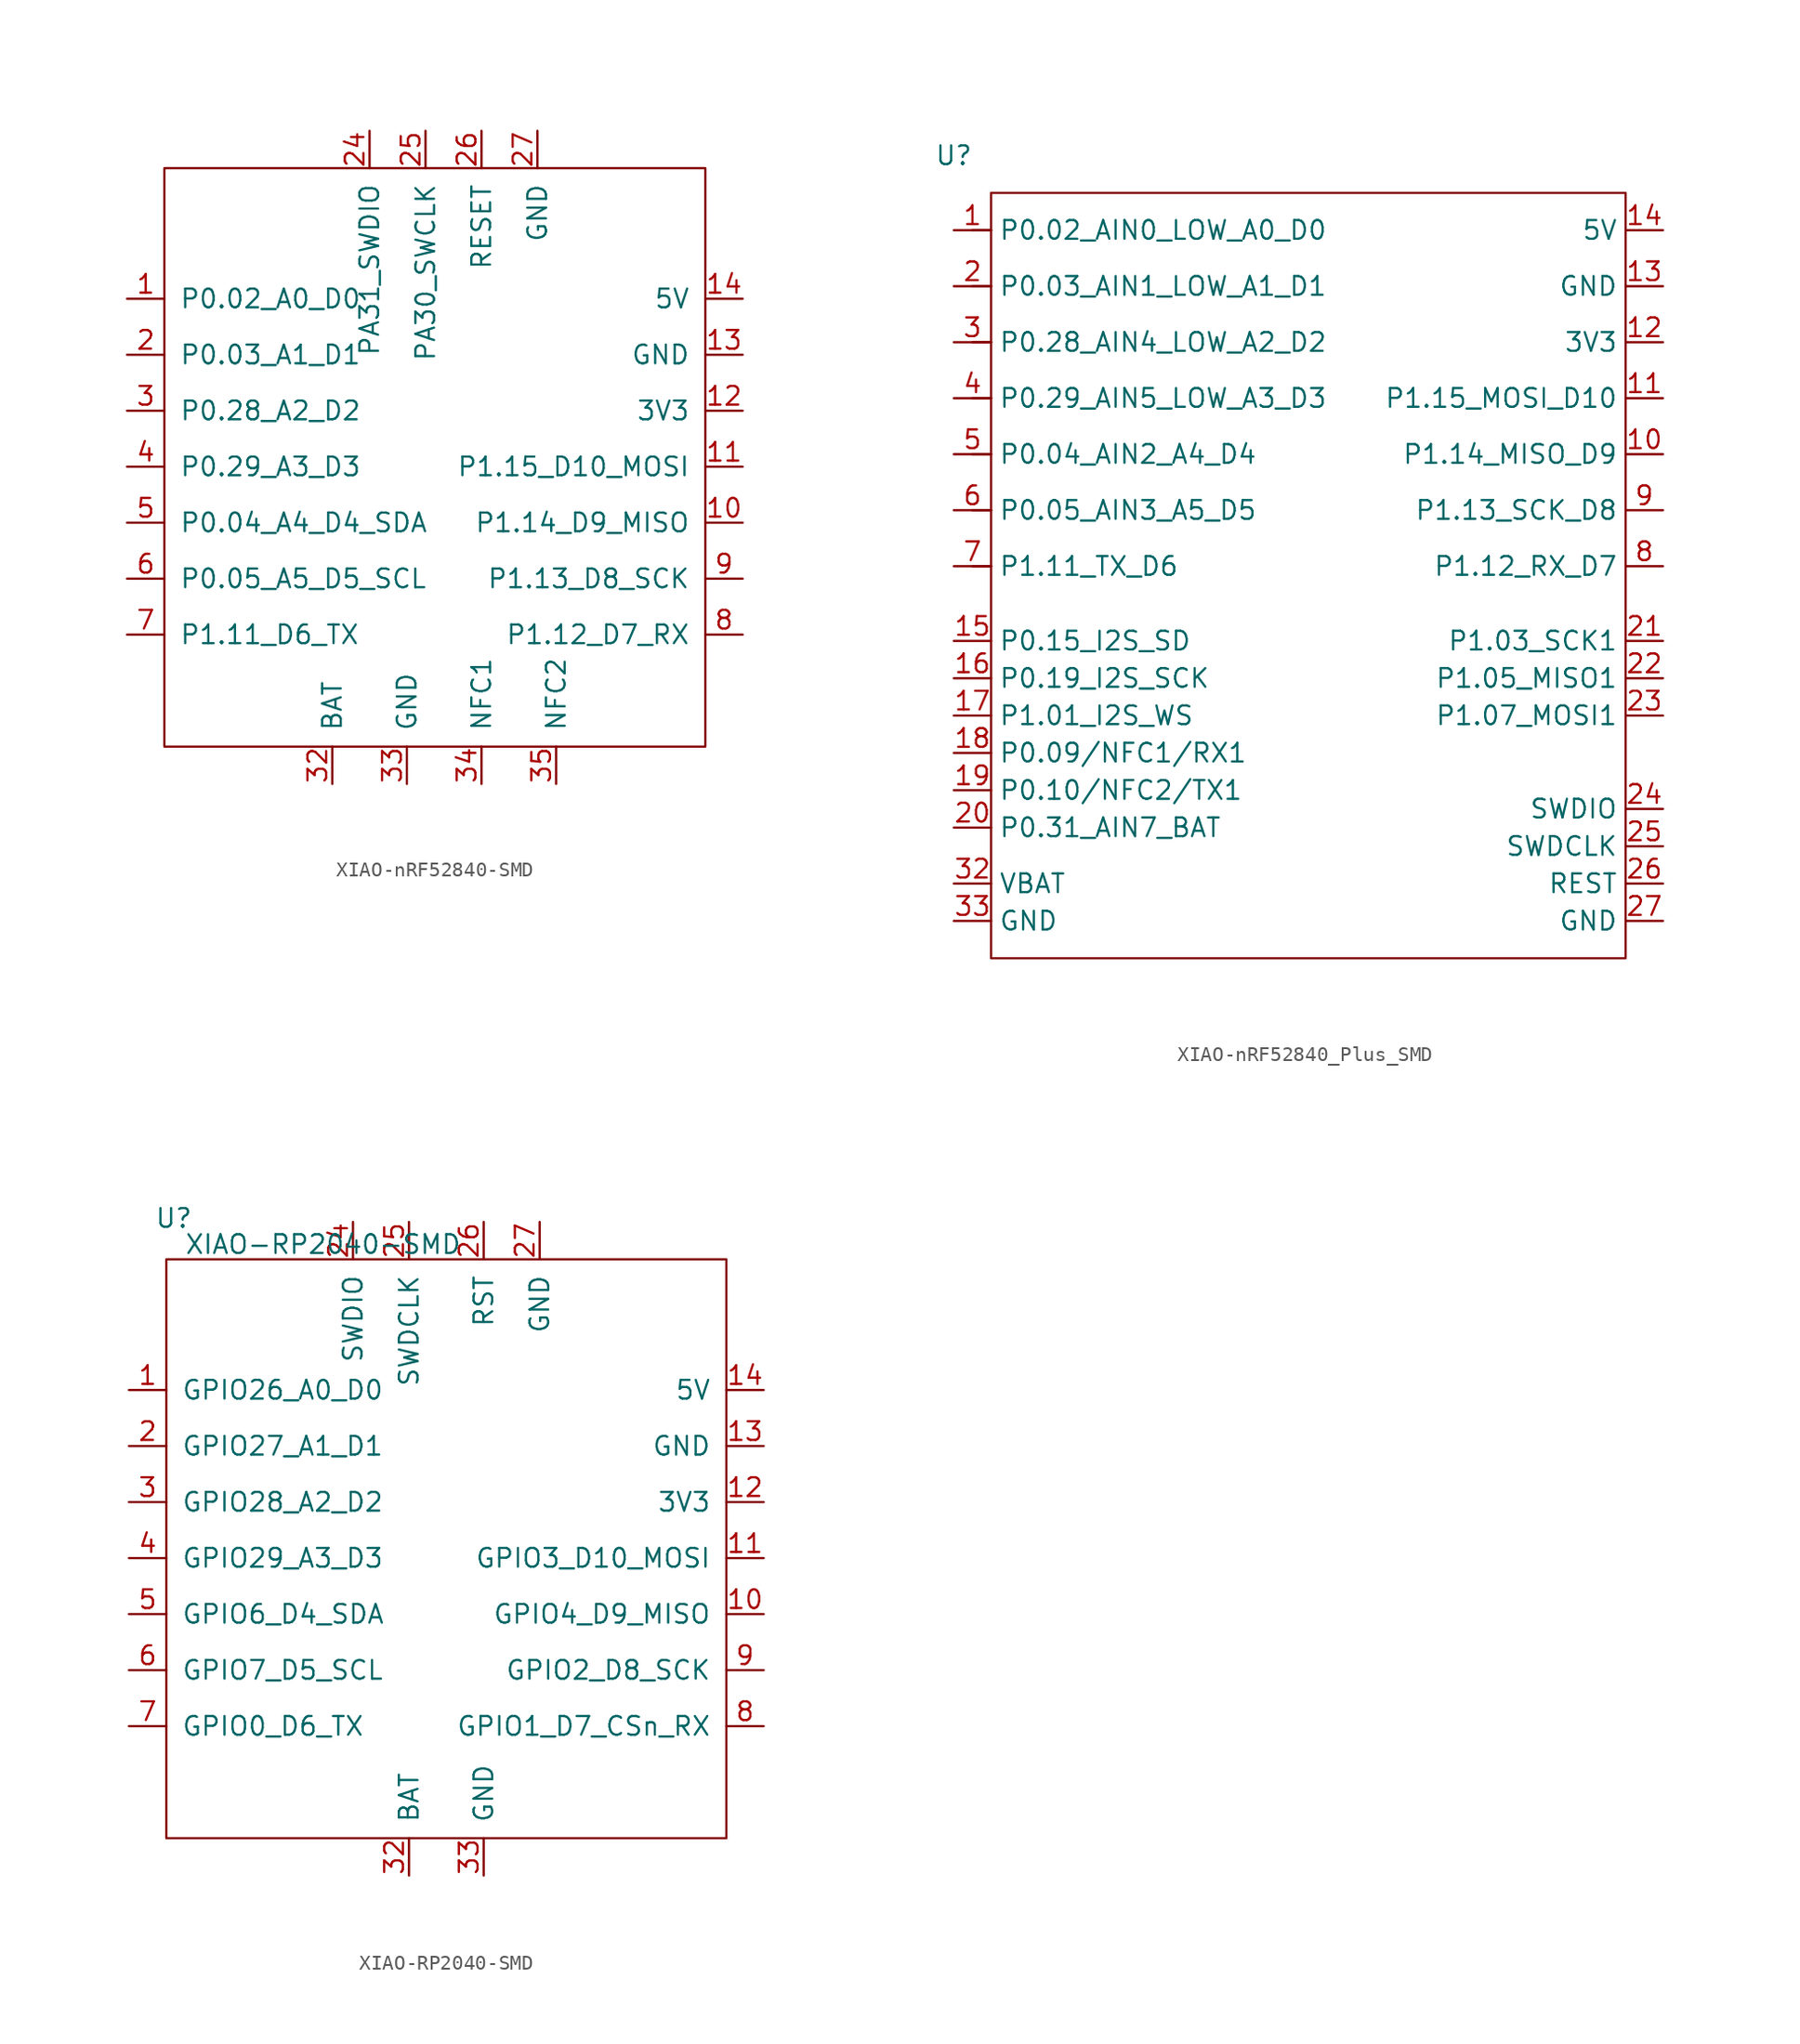
<source format=kicad_sym>
(kicad_symbol_lib
  (version 20241209)
  (generator "kicad_symbol_editor")
  (generator_version "9.0")
  (symbol "XIAO-nRF52840-SMD"
    (pin_names
      (offset 1.016))
    (property "Reference" "U"
      (at -19.812 21.844 0)
      (effects (font (size 1.27 1.27)) (hide yes)))
    (symbol "XIAO-nRF52840-SMD_0_1"
      (rectangle (start -19.05 19.05) (end 17.78 -20.32) (stroke (width 0) (type default)) (fill (type none))))
    (symbol "XIAO-nRF52840-SMD_1_1"
      (pin passive line (at -21.59 10.16 0) (length 2.54) (name "P0.02_A0_D0" (effects (font (size 1.27 1.27)))) (number "1" (effects (font (size 1.27 1.27)))))
      (pin passive line (at -21.59 6.35 0) (length 2.54) (name "P0.03_A1_D1" (effects (font (size 1.27 1.27)))) (number "2" (effects (font (size 1.27 1.27)))))
      (pin passive line (at -21.59 2.54 0) (length 2.54) (name "P0.28_A2_D2" (effects (font (size 1.27 1.27)))) (number "3" (effects (font (size 1.27 1.27)))))
      (pin passive line (at -21.59 -1.27 0) (length 2.54) (name "P0.29_A3_D3" (effects (font (size 1.27 1.27)))) (number "4" (effects (font (size 1.27 1.27)))))
      (pin bidirectional line (at -21.59 -5.08 0) (length 2.54) (name "P0.04_A4_D4_SDA" (effects (font (size 1.27 1.27)))) (number "5" (effects (font (size 1.27 1.27)))))
      (pin bidirectional line (at -21.59 -8.89 0) (length 2.54) (name "P0.05_A5_D5_SCL" (effects (font (size 1.27 1.27)))) (number "6" (effects (font (size 1.27 1.27)))))
      (pin output line (at -21.59 -12.7 0) (length 2.54) (name "P1.11_D6_TX" (effects (font (size 1.27 1.27)))) (number "7" (effects (font (size 1.27 1.27)))))
      (pin power_out line (at -7.62 -22.86 90) (length 2.54) (name "BAT" (effects (font (size 1.27 1.27)))) (number "32" (effects (font (size 1.27 1.27)))))
      (pin bidirectional line (at -5.08 21.59 270) (length 2.54) (name "PA31_SWDIO" (effects (font (size 1.27 1.27)))) (number "24" (effects (font (size 1.27 1.27)))))
      (pin power_in line (at -2.54 -22.86 90) (length 2.54) (name "GND" (effects (font (size 1.27 1.27)))) (number "33" (effects (font (size 1.27 1.27)))))
      (pin bidirectional line (at -1.27 21.59 270) (length 2.54) (name "PA30_SWCLK" (effects (font (size 1.27 1.27)))) (number "25" (effects (font (size 1.27 1.27)))))
      (pin power_in line (at 2.54 21.59 270) (length 2.54) (name "RESET" (effects (font (size 1.27 1.27)))) (number "26" (effects (font (size 1.27 1.27)))))
      (pin bidirectional line (at 2.54 -22.86 90) (length 2.54) (name "NFC1" (effects (font (size 1.27 1.27)))) (number "34" (effects (font (size 1.27 1.27)))))
      (pin power_in line (at 6.35 21.59 270) (length 2.54) (name "GND" (effects (font (size 1.27 1.27)))) (number "27" (effects (font (size 1.27 1.27)))))
      (pin bidirectional line (at 7.62 -22.86 90) (length 2.54) (name "NFC2" (effects (font (size 1.27 1.27)))) (number "35" (effects (font (size 1.27 1.27)))))
      (pin power_out line (at 20.32 10.16 180) (length 2.54) (name "5V" (effects (font (size 1.27 1.27)))) (number "14" (effects (font (size 1.27 1.27)))))
      (pin power_in line (at 20.32 6.35 180) (length 2.54) (name "GND" (effects (font (size 1.27 1.27)))) (number "13" (effects (font (size 1.27 1.27)))))
      (pin power_out line (at 20.32 2.54 180) (length 2.54) (name "3V3" (effects (font (size 1.27 1.27)))) (number "12" (effects (font (size 1.27 1.27)))))
      (pin passive line (at 20.32 -1.27 180) (length 2.54) (name "P1.15_D10_MOSI" (effects (font (size 1.27 1.27)))) (number "11" (effects (font (size 1.27 1.27)))))
      (pin passive line (at 20.32 -5.08 180) (length 2.54) (name "P1.14_D9_MISO" (effects (font (size 1.27 1.27)))) (number "10" (effects (font (size 1.27 1.27)))))
      (pin output line (at 20.32 -8.89 180) (length 2.54) (name "P1.13_D8_SCK" (effects (font (size 1.27 1.27)))) (number "9" (effects (font (size 1.27 1.27)))))
      (pin input line (at 20.32 -12.7 180) (length 2.54) (name "P1.12_D7_RX" (effects (font (size 1.27 1.27)))) (number "8" (effects (font (size 1.27 1.27)))))))
  (symbol "XIAO-nRF52840_Plus_SMD"
    (property "Reference" "U"
      (at -2.54 2.54 0)
      (effects (font (size 1.27 1.27))))
    (property "Value" ""
      (at 0 0 0)
      (effects (font (size 1.27 1.27))))
    (symbol "XIAO-nRF52840_Plus_SMD_0_1"
      (rectangle (start 0 0) (end 43.18 -52.07) (stroke (width 0) (type default)) (fill (type none))))
    (symbol "XIAO-nRF52840_Plus_SMD_1_0"
      (polyline (pts (xy 0 -2.54) (xy -1.27 -2.54)) (stroke (width 0.152) (type solid)) (fill (type none)))
      (polyline (pts (xy 0 -6.35) (xy -1.27 -6.35)) (stroke (width 0.152) (type solid)) (fill (type none)))
      (polyline (pts (xy 0 -10.16) (xy -1.27 -10.16)) (stroke (width 0.152) (type solid)) (fill (type none)))
      (polyline (pts (xy 0 -13.97) (xy -1.27 -13.97)) (stroke (width 0.152) (type solid)) (fill (type none)))
      (polyline (pts (xy 0 -17.78) (xy -1.27 -17.78)) (stroke (width 0.152) (type solid)) (fill (type none)))
      (polyline (pts (xy 0 -21.59) (xy -1.27 -21.59)) (stroke (width 0.152) (type solid)) (fill (type none)))
      (polyline (pts (xy 0 -25.4) (xy -1.27 -25.4)) (stroke (width 0.152) (type solid)) (fill (type none)))
      (pin passive line (at -2.54 -2.54 0) (length 2.54) (name "P0.02_AIN0_LOW_A0_D0" (effects (font (size 1.27 1.27)))) (number "1" (effects (font (size 1.27 1.27)))))
      (pin passive line (at -2.54 -6.35 0) (length 2.54) (name "P0.03_AIN1_LOW_A1_D1" (effects (font (size 1.27 1.27)))) (number "2" (effects (font (size 1.27 1.27)))))
      (pin passive line (at -2.54 -10.16 0) (length 2.54) (name "P0.28_AIN4_LOW_A2_D2" (effects (font (size 1.27 1.27)))) (number "3" (effects (font (size 1.27 1.27)))))
      (pin passive line (at -2.54 -13.97 0) (length 2.54) (name "P0.29_AIN5_LOW_A3_D3" (effects (font (size 1.27 1.27)))) (number "4" (effects (font (size 1.27 1.27)))))
      (pin passive line (at -2.54 -17.78 0) (length 2.54) (name "P0.04_AIN2_A4_D4" (effects (font (size 1.27 1.27)))) (number "5" (effects (font (size 1.27 1.27)))))
      (pin passive line (at -2.54 -21.59 0) (length 2.54) (name "P0.05_AIN3_A5_D5" (effects (font (size 1.27 1.27)))) (number "6" (effects (font (size 1.27 1.27)))))
      (pin passive line (at -2.54 -25.4 0) (length 2.54) (name "P1.11_TX_D6" (effects (font (size 1.27 1.27)))) (number "7" (effects (font (size 1.27 1.27)))))
      (pin passive line (at 45.72 -2.54 180) (length 2.54) (name "5V" (effects (font (size 1.27 1.27)))) (number "14" (effects (font (size 1.27 1.27)))))
      (pin passive line (at 45.72 -6.35 180) (length 2.54) (name "GND" (effects (font (size 1.27 1.27)))) (number "13" (effects (font (size 1.27 1.27)))))
      (pin passive line (at 45.72 -10.16 180) (length 2.54) (name "3V3" (effects (font (size 1.27 1.27)))) (number "12" (effects (font (size 1.27 1.27)))))
      (pin passive line (at 45.72 -13.97 180) (length 2.54) (name "P1.15_MOSI_D10" (effects (font (size 1.27 1.27)))) (number "11" (effects (font (size 1.27 1.27)))))
      (pin passive line (at 45.72 -17.78 180) (length 2.54) (name "P1.14_MISO_D9" (effects (font (size 1.27 1.27)))) (number "10" (effects (font (size 1.27 1.27)))))
      (pin passive line (at 45.72 -21.59 180) (length 2.54) (name "P1.13_SCK_D8" (effects (font (size 1.27 1.27)))) (number "9" (effects (font (size 1.27 1.27)))))
      (pin passive line (at 45.72 -25.4 180) (length 2.54) (name "P1.12_RX_D7" (effects (font (size 1.27 1.27)))) (number "8" (effects (font (size 1.27 1.27))))))
    (symbol "XIAO-nRF52840_Plus_SMD_1_1"
      (pin passive line (at -2.54 -30.48 0) (length 2.54) (name "P0.15_I2S_SD" (effects (font (size 1.27 1.27)))) (number "15" (effects (font (size 1.27 1.27)))))
      (pin passive line (at -2.54 -33.02 0) (length 2.54) (name "P0.19_I2S_SCK" (effects (font (size 1.27 1.27)))) (number "16" (effects (font (size 1.27 1.27)))))
      (pin passive line (at -2.54 -35.56 0) (length 2.54) (name "P1.01_I2S_WS" (effects (font (size 1.27 1.27)))) (number "17" (effects (font (size 1.27 1.27)))))
      (pin passive line (at -2.54 -38.1 0) (length 2.54) (name "P0.09/NFC1/RX1" (effects (font (size 1.27 1.27)))) (number "18" (effects (font (size 1.27 1.27)))))
      (pin passive line (at -2.54 -40.64 0) (length 2.54) (name "P0.10/NFC2/TX1" (effects (font (size 1.27 1.27)))) (number "19" (effects (font (size 1.27 1.27)))))
      (pin passive line (at -2.54 -43.18 0) (length 2.54) (name "P0.31_AIN7_BAT" (effects (font (size 1.27 1.27)))) (number "20" (effects (font (size 1.27 1.27)))))
      (pin passive line (at -2.54 -46.99 0) (length 2.54) (name "VBAT" (effects (font (size 1.27 1.27)))) (number "32" (effects (font (size 1.27 1.27)))))
      (pin passive line (at -2.54 -49.53 0) (length 2.54) (name "GND" (effects (font (size 1.27 1.27)))) (number "33" (effects (font (size 1.27 1.27)))))
      (pin passive line (at 45.72 -30.48 180) (length 2.54) (name "P1.03_SCK1" (effects (font (size 1.27 1.27)))) (number "21" (effects (font (size 1.27 1.27)))))
      (pin passive line (at 45.72 -33.02 180) (length 2.54) (name "P1.05_MISO1" (effects (font (size 1.27 1.27)))) (number "22" (effects (font (size 1.27 1.27)))))
      (pin passive line (at 45.72 -35.56 180) (length 2.54) (name "P1.07_MOSI1" (effects (font (size 1.27 1.27)))) (number "23" (effects (font (size 1.27 1.27)))))
      (pin passive line (at 45.72 -41.91 180) (length 2.54) (name "SWDIO" (effects (font (size 1.27 1.27)))) (number "24" (effects (font (size 1.27 1.27)))))
      (pin passive line (at 45.72 -44.45 180) (length 2.54) (name "SWDCLK" (effects (font (size 1.27 1.27)))) (number "25" (effects (font (size 1.27 1.27)))))
      (pin passive line (at 45.72 -46.99 180) (length 2.54) (name "REST" (effects (font (size 1.27 1.27)))) (number "26" (effects (font (size 1.27 1.27)))))
      (pin passive line (at 45.72 -49.53 180) (length 2.54) (name "GND" (effects (font (size 1.27 1.27)))) (number "27" (effects (font (size 1.27 1.27)))))))
  (symbol "XIAO-RP2040-SMD"
    (pin_names
      (offset 1.016))
    (property "Reference" "U"
      (at -18.542 23.114 0)
      (effects (font (size 1.27 1.27))))
    (property "Value" "XIAO-RP2040-SMD"
      (at -8.382 21.336 0)
      (effects (font (size 1.27 1.27))))
    (symbol "XIAO-RP2040-SMD_0_1"
      (rectangle (start 19.05 -19.05) (end -19.05 20.32) (stroke (width 0) (type default)) (fill (type none))))
    (symbol "XIAO-RP2040-SMD_1_1"
      (pin passive line (at -21.59 11.43 0) (length 2.54) (name "GPIO26_A0_D0" (effects (font (size 1.27 1.27)))) (number "1" (effects (font (size 1.27 1.27)))))
      (pin passive line (at -21.59 7.62 0) (length 2.54) (name "GPIO27_A1_D1" (effects (font (size 1.27 1.27)))) (number "2" (effects (font (size 1.27 1.27)))))
      (pin passive line (at -21.59 3.81 0) (length 2.54) (name "GPIO28_A2_D2" (effects (font (size 1.27 1.27)))) (number "3" (effects (font (size 1.27 1.27)))))
      (pin passive line (at -21.59 0 0) (length 2.54) (name "GPIO29_A3_D3" (effects (font (size 1.27 1.27)))) (number "4" (effects (font (size 1.27 1.27)))))
      (pin passive line (at -21.59 -3.81 0) (length 2.54) (name "GPIO6_D4_SDA" (effects (font (size 1.27 1.27)))) (number "5" (effects (font (size 1.27 1.27)))))
      (pin passive line (at -21.59 -7.62 0) (length 2.54) (name "GPIO7_D5_SCL" (effects (font (size 1.27 1.27)))) (number "6" (effects (font (size 1.27 1.27)))))
      (pin passive line (at -21.59 -11.43 0) (length 2.54) (name "GPIO0_D6_TX" (effects (font (size 1.27 1.27)))) (number "7" (effects (font (size 1.27 1.27)))))
      (pin passive line (at -6.35 22.86 270) (length 2.54) (name "SWDIO" (effects (font (size 1.27 1.27)))) (number "24" (effects (font (size 1.27 1.27)))))
      (pin passive line (at -2.54 22.86 270) (length 2.54) (name "SWDCLK" (effects (font (size 1.27 1.27)))) (number "25" (effects (font (size 1.27 1.27)))))
      (pin passive line (at -2.54 -21.59 90) (length 2.54) (name "BAT" (effects (font (size 1.27 1.27)))) (number "32" (effects (font (size 1.27 1.27)))))
      (pin passive line (at 2.54 22.86 270) (length 2.54) (name "RST" (effects (font (size 1.27 1.27)))) (number "26" (effects (font (size 1.27 1.27)))))
      (pin passive line (at 2.54 -21.59 90) (length 2.54) (name "GND" (effects (font (size 1.27 1.27)))) (number "33" (effects (font (size 1.27 1.27)))))
      (pin passive line (at 6.35 22.86 270) (length 2.54) (name "GND" (effects (font (size 1.27 1.27)))) (number "27" (effects (font (size 1.27 1.27)))))
      (pin passive line (at 21.59 11.43 180) (length 2.54) (name "5V" (effects (font (size 1.27 1.27)))) (number "14" (effects (font (size 1.27 1.27)))))
      (pin passive line (at 21.59 7.62 180) (length 2.54) (name "GND" (effects (font (size 1.27 1.27)))) (number "13" (effects (font (size 1.27 1.27)))))
      (pin passive line (at 21.59 3.81 180) (length 2.54) (name "3V3" (effects (font (size 1.27 1.27)))) (number "12" (effects (font (size 1.27 1.27)))))
      (pin passive line (at 21.59 0 180) (length 2.54) (name "GPIO3_D10_MOSI" (effects (font (size 1.27 1.27)))) (number "11" (effects (font (size 1.27 1.27)))))
      (pin passive line (at 21.59 -3.81 180) (length 2.54) (name "GPIO4_D9_MISO" (effects (font (size 1.27 1.27)))) (number "10" (effects (font (size 1.27 1.27)))))
      (pin passive line (at 21.59 -7.62 180) (length 2.54) (name "GPIO2_D8_SCK" (effects (font (size 1.27 1.27)))) (number "9" (effects (font (size 1.27 1.27)))))
      (pin passive line (at 21.59 -11.43 180) (length 2.54) (name "GPIO1_D7_CSn_RX" (effects (font (size 1.27 1.27)))) (number "8" (effects (font (size 1.27 1.27))))))))
</source>
